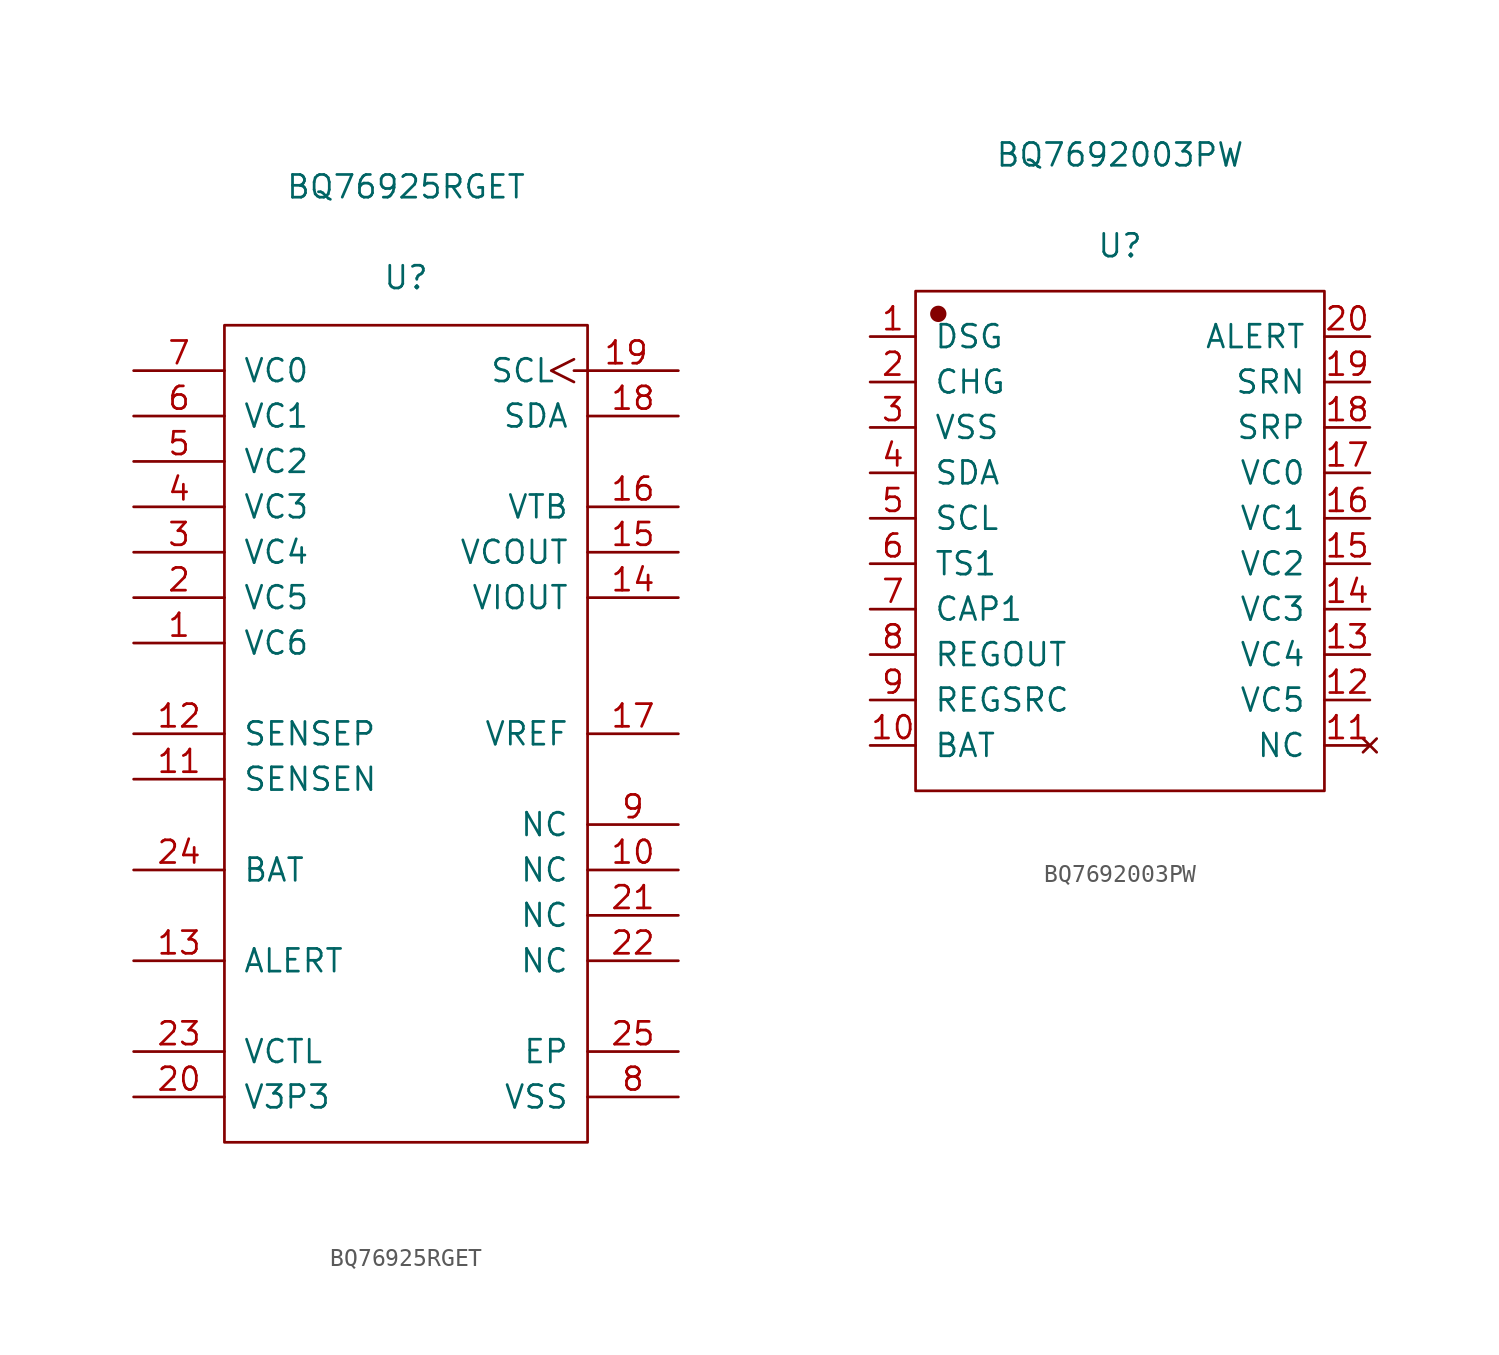
<source format=kicad_sym>
(kicad_symbol_lib
  (version 20220914)
  (generator kicad_symbol_editor)
  (symbol "BQ76925RGET"
    (pin_names
      (offset 1.016))
    (property "Reference" "U"
      (at 0 25.527 0)
      (effects (font (size 1.27 1.27))))
    (property "Value" "BQ76925RGET"
      (at 0 30.607 0)
      (effects (font (size 1.27 1.27))))
    (symbol "BQ76925RGET_1_1"
      (rectangle (start -10.16 22.86) (end 10.16 -22.86) (stroke (width 0.152) (type solid)) (fill (type none)))
      (pin input line (at -15.24 5.08 0) (length 5.08) (name "VC6" (effects (font (size 1.27 1.27)))) (number "1" (effects (font (size 1.27 1.27)))))
      (pin input line (at 15.24 -7.62 180) (length 5.08) (name "NC" (effects (font (size 1.27 1.27)))) (number "10" (effects (font (size 1.27 1.27)))))
      (pin input line (at -15.24 -2.54 0) (length 5.08) (name "SENSEN" (effects (font (size 1.27 1.27)))) (number "11" (effects (font (size 1.27 1.27)))))
      (pin input line (at -15.24 0 0) (length 5.08) (name "SENSEP" (effects (font (size 1.27 1.27)))) (number "12" (effects (font (size 1.27 1.27)))))
      (pin input line (at -15.24 -12.7 0) (length 5.08) (name "ALERT" (effects (font (size 1.27 1.27)))) (number "13" (effects (font (size 1.27 1.27)))))
      (pin power_in line (at 15.24 7.62 180) (length 5.08) (name "VIOUT" (effects (font (size 1.27 1.27)))) (number "14" (effects (font (size 1.27 1.27)))))
      (pin power_in line (at 15.24 10.16 180) (length 5.08) (name "VCOUT" (effects (font (size 1.27 1.27)))) (number "15" (effects (font (size 1.27 1.27)))))
      (pin power_in line (at 15.24 12.7 180) (length 5.08) (name "VTB" (effects (font (size 1.27 1.27)))) (number "16" (effects (font (size 1.27 1.27)))))
      (pin output line (at 15.24 0 180) (length 5.08) (name "VREF" (effects (font (size 1.27 1.27)))) (number "17" (effects (font (size 1.27 1.27)))))
      (pin bidirectional line (at 15.24 17.78 180) (length 5.08) (name "SDA" (effects (font (size 1.27 1.27)))) (number "18" (effects (font (size 1.27 1.27)))))
      (pin input clock (at 15.24 20.32 180) (length 5.842) (name "SCL" (effects (font (size 1.27 1.27)))) (number "19" (effects (font (size 1.27 1.27)))))
      (pin input line (at -15.24 7.62 0) (length 5.08) (name "VC5" (effects (font (size 1.27 1.27)))) (number "2" (effects (font (size 1.27 1.27)))))
      (pin power_in line (at -15.24 -20.32 0) (length 5.08) (name "V3P3" (effects (font (size 1.27 1.27)))) (number "20" (effects (font (size 1.27 1.27)))))
      (pin input line (at 15.24 -10.16 180) (length 5.08) (name "NC" (effects (font (size 1.27 1.27)))) (number "21" (effects (font (size 1.27 1.27)))))
      (pin input line (at 15.24 -12.7 180) (length 5.08) (name "NC" (effects (font (size 1.27 1.27)))) (number "22" (effects (font (size 1.27 1.27)))))
      (pin power_in line (at -15.24 -17.78 0) (length 5.08) (name "VCTL" (effects (font (size 1.27 1.27)))) (number "23" (effects (font (size 1.27 1.27)))))
      (pin power_in line (at -15.24 -7.62 0) (length 5.08) (name "BAT" (effects (font (size 1.27 1.27)))) (number "24" (effects (font (size 1.27 1.27)))))
      (pin input line (at 15.24 -17.78 180) (length 5.08) (name "EP" (effects (font (size 1.27 1.27)))) (number "25" (effects (font (size 1.27 1.27)))))
      (pin input line (at -15.24 10.16 0) (length 5.08) (name "VC4" (effects (font (size 1.27 1.27)))) (number "3" (effects (font (size 1.27 1.27)))))
      (pin input line (at -15.24 12.7 0) (length 5.08) (name "VC3" (effects (font (size 1.27 1.27)))) (number "4" (effects (font (size 1.27 1.27)))))
      (pin input line (at -15.24 15.24 0) (length 5.08) (name "VC2" (effects (font (size 1.27 1.27)))) (number "5" (effects (font (size 1.27 1.27)))))
      (pin input line (at -15.24 17.78 0) (length 5.08) (name "VC1" (effects (font (size 1.27 1.27)))) (number "6" (effects (font (size 1.27 1.27)))))
      (pin input line (at -15.24 20.32 0) (length 5.08) (name "VC0" (effects (font (size 1.27 1.27)))) (number "7" (effects (font (size 1.27 1.27)))))
      (pin power_in line (at 15.24 -20.32 180) (length 5.08) (name "VSS" (effects (font (size 1.27 1.27)))) (number "8" (effects (font (size 1.27 1.27)))))
      (pin input line (at 15.24 -5.08 180) (length 5.08) (name "NC" (effects (font (size 1.27 1.27)))) (number "9" (effects (font (size 1.27 1.27)))))))
  (symbol "BQ7692003PW"
    (pin_names
      (offset 1.016))
    (property "Reference" "U"
      (at 0 16.51 0)
      (effects (font (size 1.27 1.27))))
    (property "Value" "BQ7692003PW"
      (at 0 21.59 0)
      (effects (font (size 1.27 1.27))))
    (symbol "BQ7692003PW_1_1"
      (rectangle (start -11.43 13.97) (end 11.43 -13.97) (stroke (width 0.152) (type solid)) (fill (type none)))
      (circle (center -10.16 12.7) (radius 0.381) (stroke (width 0.152) (type solid)) (fill (type outline)))
      (pin output line (at -13.97 11.43 0) (length 2.54) (name "DSG" (effects (font (size 1.27 1.27)))) (number "1" (effects (font (size 1.27 1.27)))))
      (pin power_in line (at -13.97 -11.43 0) (length 2.54) (name "BAT" (effects (font (size 1.27 1.27)))) (number "10" (effects (font (size 1.27 1.27)))))
      (pin no_connect line (at 13.97 -11.43 180) (length 2.54) (name "NC" (effects (font (size 1.27 1.27)))) (number "11" (effects (font (size 1.27 1.27)))))
      (pin input line (at 13.97 -8.89 180) (length 2.54) (name "VC5" (effects (font (size 1.27 1.27)))) (number "12" (effects (font (size 1.27 1.27)))))
      (pin input line (at 13.97 -6.35 180) (length 2.54) (name "VC4" (effects (font (size 1.27 1.27)))) (number "13" (effects (font (size 1.27 1.27)))))
      (pin input line (at 13.97 -3.81 180) (length 2.54) (name "VC3" (effects (font (size 1.27 1.27)))) (number "14" (effects (font (size 1.27 1.27)))))
      (pin input line (at 13.97 -1.27 180) (length 2.54) (name "VC2" (effects (font (size 1.27 1.27)))) (number "15" (effects (font (size 1.27 1.27)))))
      (pin input line (at 13.97 1.27 180) (length 2.54) (name "VC1" (effects (font (size 1.27 1.27)))) (number "16" (effects (font (size 1.27 1.27)))))
      (pin input line (at 13.97 3.81 180) (length 2.54) (name "VC0" (effects (font (size 1.27 1.27)))) (number "17" (effects (font (size 1.27 1.27)))))
      (pin input line (at 13.97 6.35 180) (length 2.54) (name "SRP" (effects (font (size 1.27 1.27)))) (number "18" (effects (font (size 1.27 1.27)))))
      (pin input line (at 13.97 8.89 180) (length 2.54) (name "SRN" (effects (font (size 1.27 1.27)))) (number "19" (effects (font (size 1.27 1.27)))))
      (pin output line (at -13.97 8.89 0) (length 2.54) (name "CHG" (effects (font (size 1.27 1.27)))) (number "2" (effects (font (size 1.27 1.27)))))
      (pin bidirectional line (at 13.97 11.43 180) (length 2.54) (name "ALERT" (effects (font (size 1.27 1.27)))) (number "20" (effects (font (size 1.27 1.27)))))
      (pin power_in line (at -13.97 6.35 0) (length 2.54) (name "VSS" (effects (font (size 1.27 1.27)))) (number "3" (effects (font (size 1.27 1.27)))))
      (pin bidirectional line (at -13.97 3.81 0) (length 2.54) (name "SDA" (effects (font (size 1.27 1.27)))) (number "4" (effects (font (size 1.27 1.27)))))
      (pin input line (at -13.97 1.27 0) (length 2.54) (name "SCL" (effects (font (size 1.27 1.27)))) (number "5" (effects (font (size 1.27 1.27)))))
      (pin input line (at -13.97 -1.27 0) (length 2.54) (name "TS1" (effects (font (size 1.27 1.27)))) (number "6" (effects (font (size 1.27 1.27)))))
      (pin output line (at -13.97 -3.81 0) (length 2.54) (name "CAP1" (effects (font (size 1.27 1.27)))) (number "7" (effects (font (size 1.27 1.27)))))
      (pin power_out line (at -13.97 -6.35 0) (length 2.54) (name "REGOUT" (effects (font (size 1.27 1.27)))) (number "8" (effects (font (size 1.27 1.27)))))
      (pin input line (at -13.97 -8.89 0) (length 2.54) (name "REGSRC" (effects (font (size 1.27 1.27)))) (number "9" (effects (font (size 1.27 1.27))))))))
</source>
